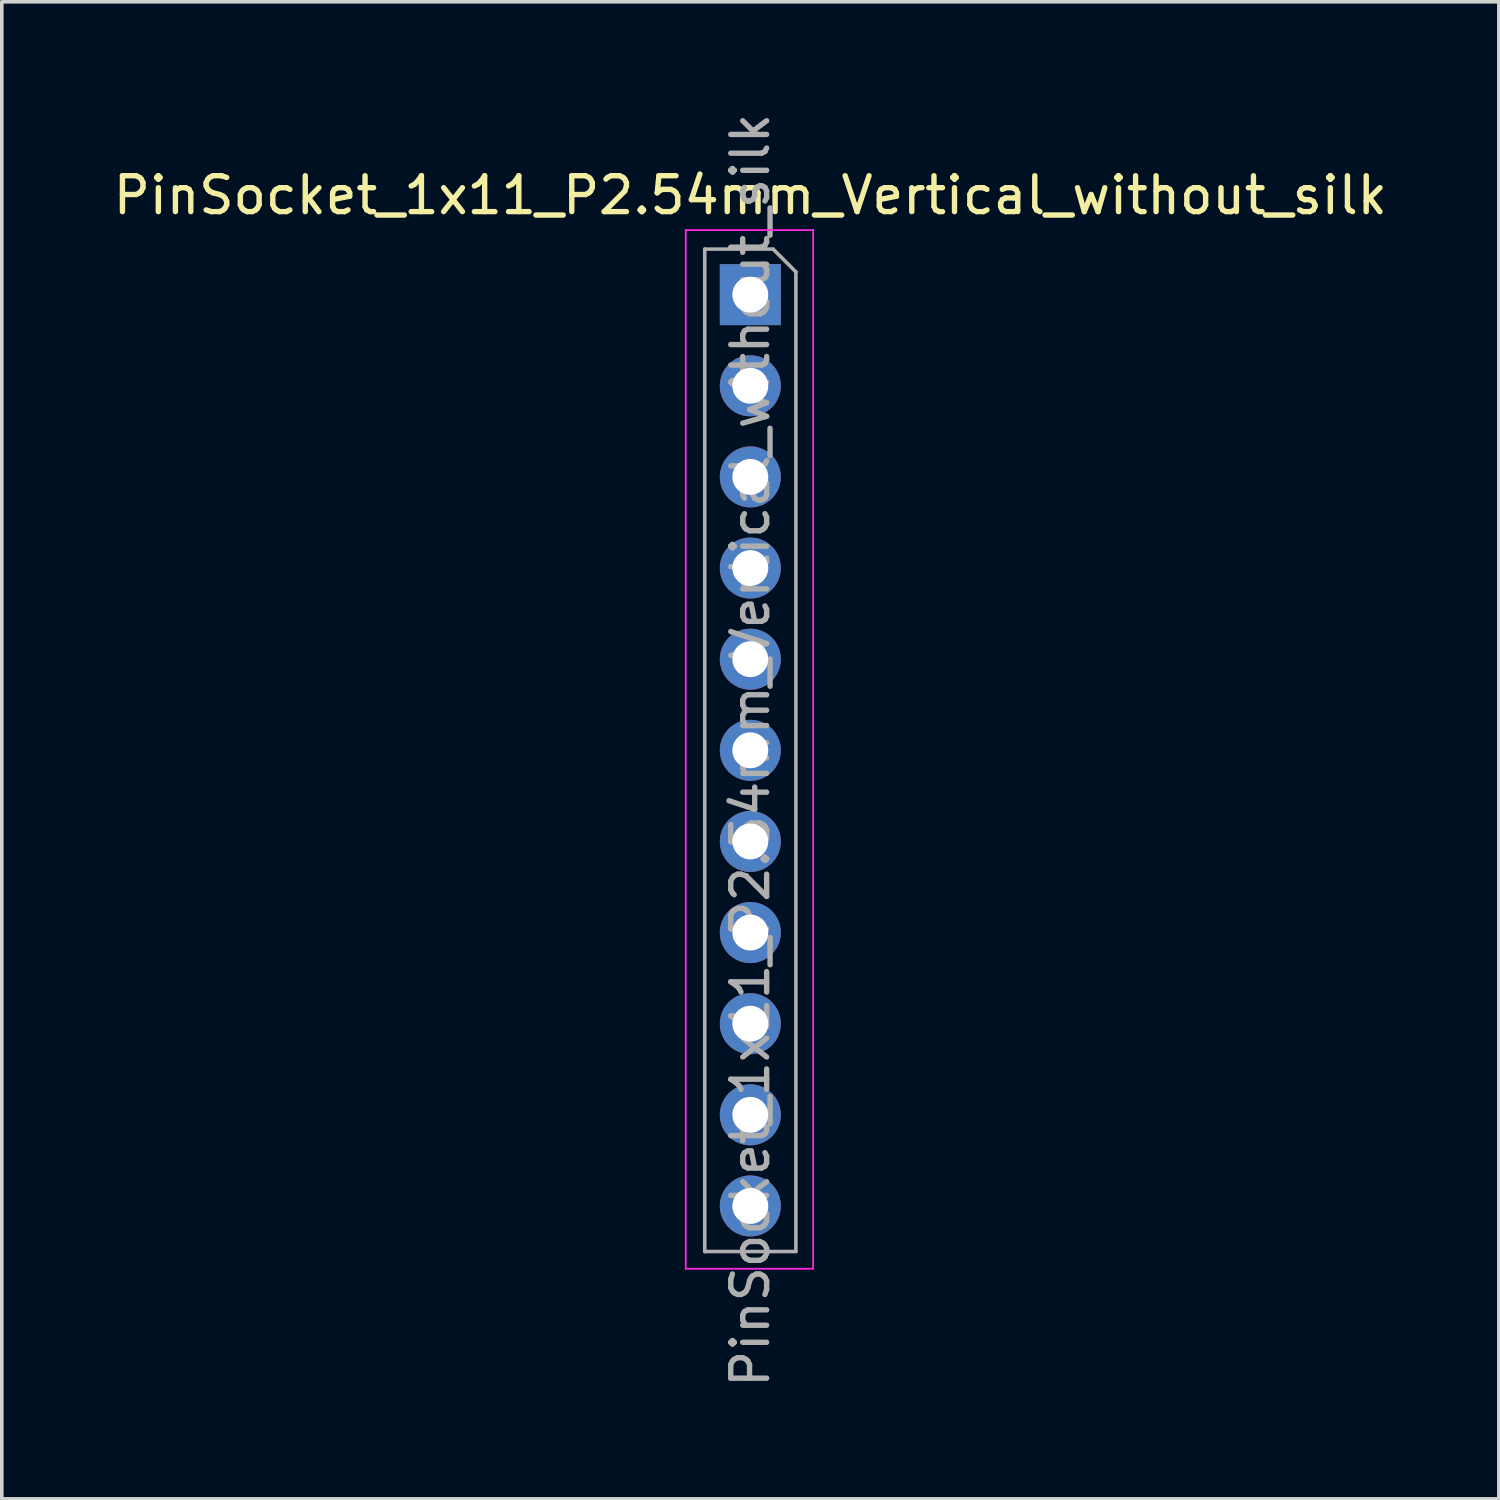
<source format=kicad_pcb>
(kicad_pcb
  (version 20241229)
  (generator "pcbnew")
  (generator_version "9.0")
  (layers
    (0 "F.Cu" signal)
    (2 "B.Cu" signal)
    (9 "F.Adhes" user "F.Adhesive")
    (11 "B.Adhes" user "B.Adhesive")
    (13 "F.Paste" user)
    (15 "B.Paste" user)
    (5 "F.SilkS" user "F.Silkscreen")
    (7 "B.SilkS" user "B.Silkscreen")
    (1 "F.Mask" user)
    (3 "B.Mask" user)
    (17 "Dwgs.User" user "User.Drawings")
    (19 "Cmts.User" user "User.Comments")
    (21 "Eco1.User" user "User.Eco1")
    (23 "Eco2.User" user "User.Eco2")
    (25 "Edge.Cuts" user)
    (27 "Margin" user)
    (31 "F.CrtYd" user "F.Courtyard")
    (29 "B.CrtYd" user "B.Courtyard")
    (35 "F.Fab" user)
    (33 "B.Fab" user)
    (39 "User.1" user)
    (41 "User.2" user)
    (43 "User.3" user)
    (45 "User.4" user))
  (footprint "PinSocket_1x11_P2.54mm_Vertical_without_silk"
    (layer "F.Cu")
    (at 17.863 5.163)
    (property "Reference" "PinSocket_1x11_P2.54mm_Vertical_without_silk" (at 0 -2.77 0) (layer "F.SilkS") (effects (font (size 1 1) (thickness 0.15))))
    (attr through_hole)
    (fp_line (start -1.8 -1.8) (end 1.75 -1.8) (stroke (width 0.05) (type solid)) (layer "F.CrtYd"))
    (fp_line (start -1.8 27.15) (end -1.8 -1.8) (stroke (width 0.05) (type solid)) (layer "F.CrtYd"))
    (fp_line (start 1.75 -1.8) (end 1.75 27.15) (stroke (width 0.05) (type solid)) (layer "F.CrtYd"))
    (fp_line (start 1.75 27.15) (end -1.8 27.15) (stroke (width 0.05) (type solid)) (layer "F.CrtYd"))
    (fp_line (start -1.27 -1.27) (end 0.635 -1.27) (stroke (width 0.1) (type solid)) (layer "F.Fab"))
    (fp_line (start -1.27 26.67) (end -1.27 -1.27) (stroke (width 0.1) (type solid)) (layer "F.Fab"))
    (fp_line (start 0.635 -1.27) (end 1.27 -0.635) (stroke (width 0.1) (type solid)) (layer "F.Fab"))
    (fp_line (start 1.27 -0.635) (end 1.27 26.67) (stroke (width 0.1) (type solid)) (layer "F.Fab"))
    (fp_line (start 1.27 26.67) (end -1.27 26.67) (stroke (width 0.1) (type solid)) (layer "F.Fab"))
    (fp_text user "${REFERENCE}" (at 0 12.7 90) (layer "F.Fab") (effects (font (size 1 1) (thickness 0.15))))
    (pad "1" thru_hole rect (at 0 0) (size 1.7 1.7) (drill 1) (layers "*.Cu" "*.Mask"))
    (pad "2" thru_hole oval (at 0 2.54) (size 1.7 1.7) (drill 1) (layers "*.Cu" "*.Mask"))
    (pad "3" thru_hole oval (at 0 5.08) (size 1.7 1.7) (drill 1) (layers "*.Cu" "*.Mask"))
    (pad "4" thru_hole oval (at 0 7.62) (size 1.7 1.7) (drill 1) (layers "*.Cu" "*.Mask"))
    (pad "5" thru_hole oval (at 0 10.16) (size 1.7 1.7) (drill 1) (layers "*.Cu" "*.Mask"))
    (pad "6" thru_hole oval (at 0 12.7) (size 1.7 1.7) (drill 1) (layers "*.Cu" "*.Mask"))
    (pad "7" thru_hole oval (at 0 15.24) (size 1.7 1.7) (drill 1) (layers "*.Cu" "*.Mask"))
    (pad "8" thru_hole oval (at 0 17.78) (size 1.7 1.7) (drill 1) (layers "*.Cu" "*.Mask"))
    (pad "9" thru_hole oval (at 0 20.32) (size 1.7 1.7) (drill 1) (layers "*.Cu" "*.Mask"))
    (pad "10" thru_hole oval (at 0 22.86) (size 1.7 1.7) (drill 1) (layers "*.Cu" "*.Mask"))
    (pad "11" thru_hole oval (at 0 25.4) (size 1.7 1.7) (drill 1) (layers "*.Cu" "*.Mask")))
  (gr_rect
    (start -3 -3)
    (end 38.726 38.726)
    (stroke (width 0.1) (type default))
    (fill no)
    (layer "Edge.Cuts")))
</source>
